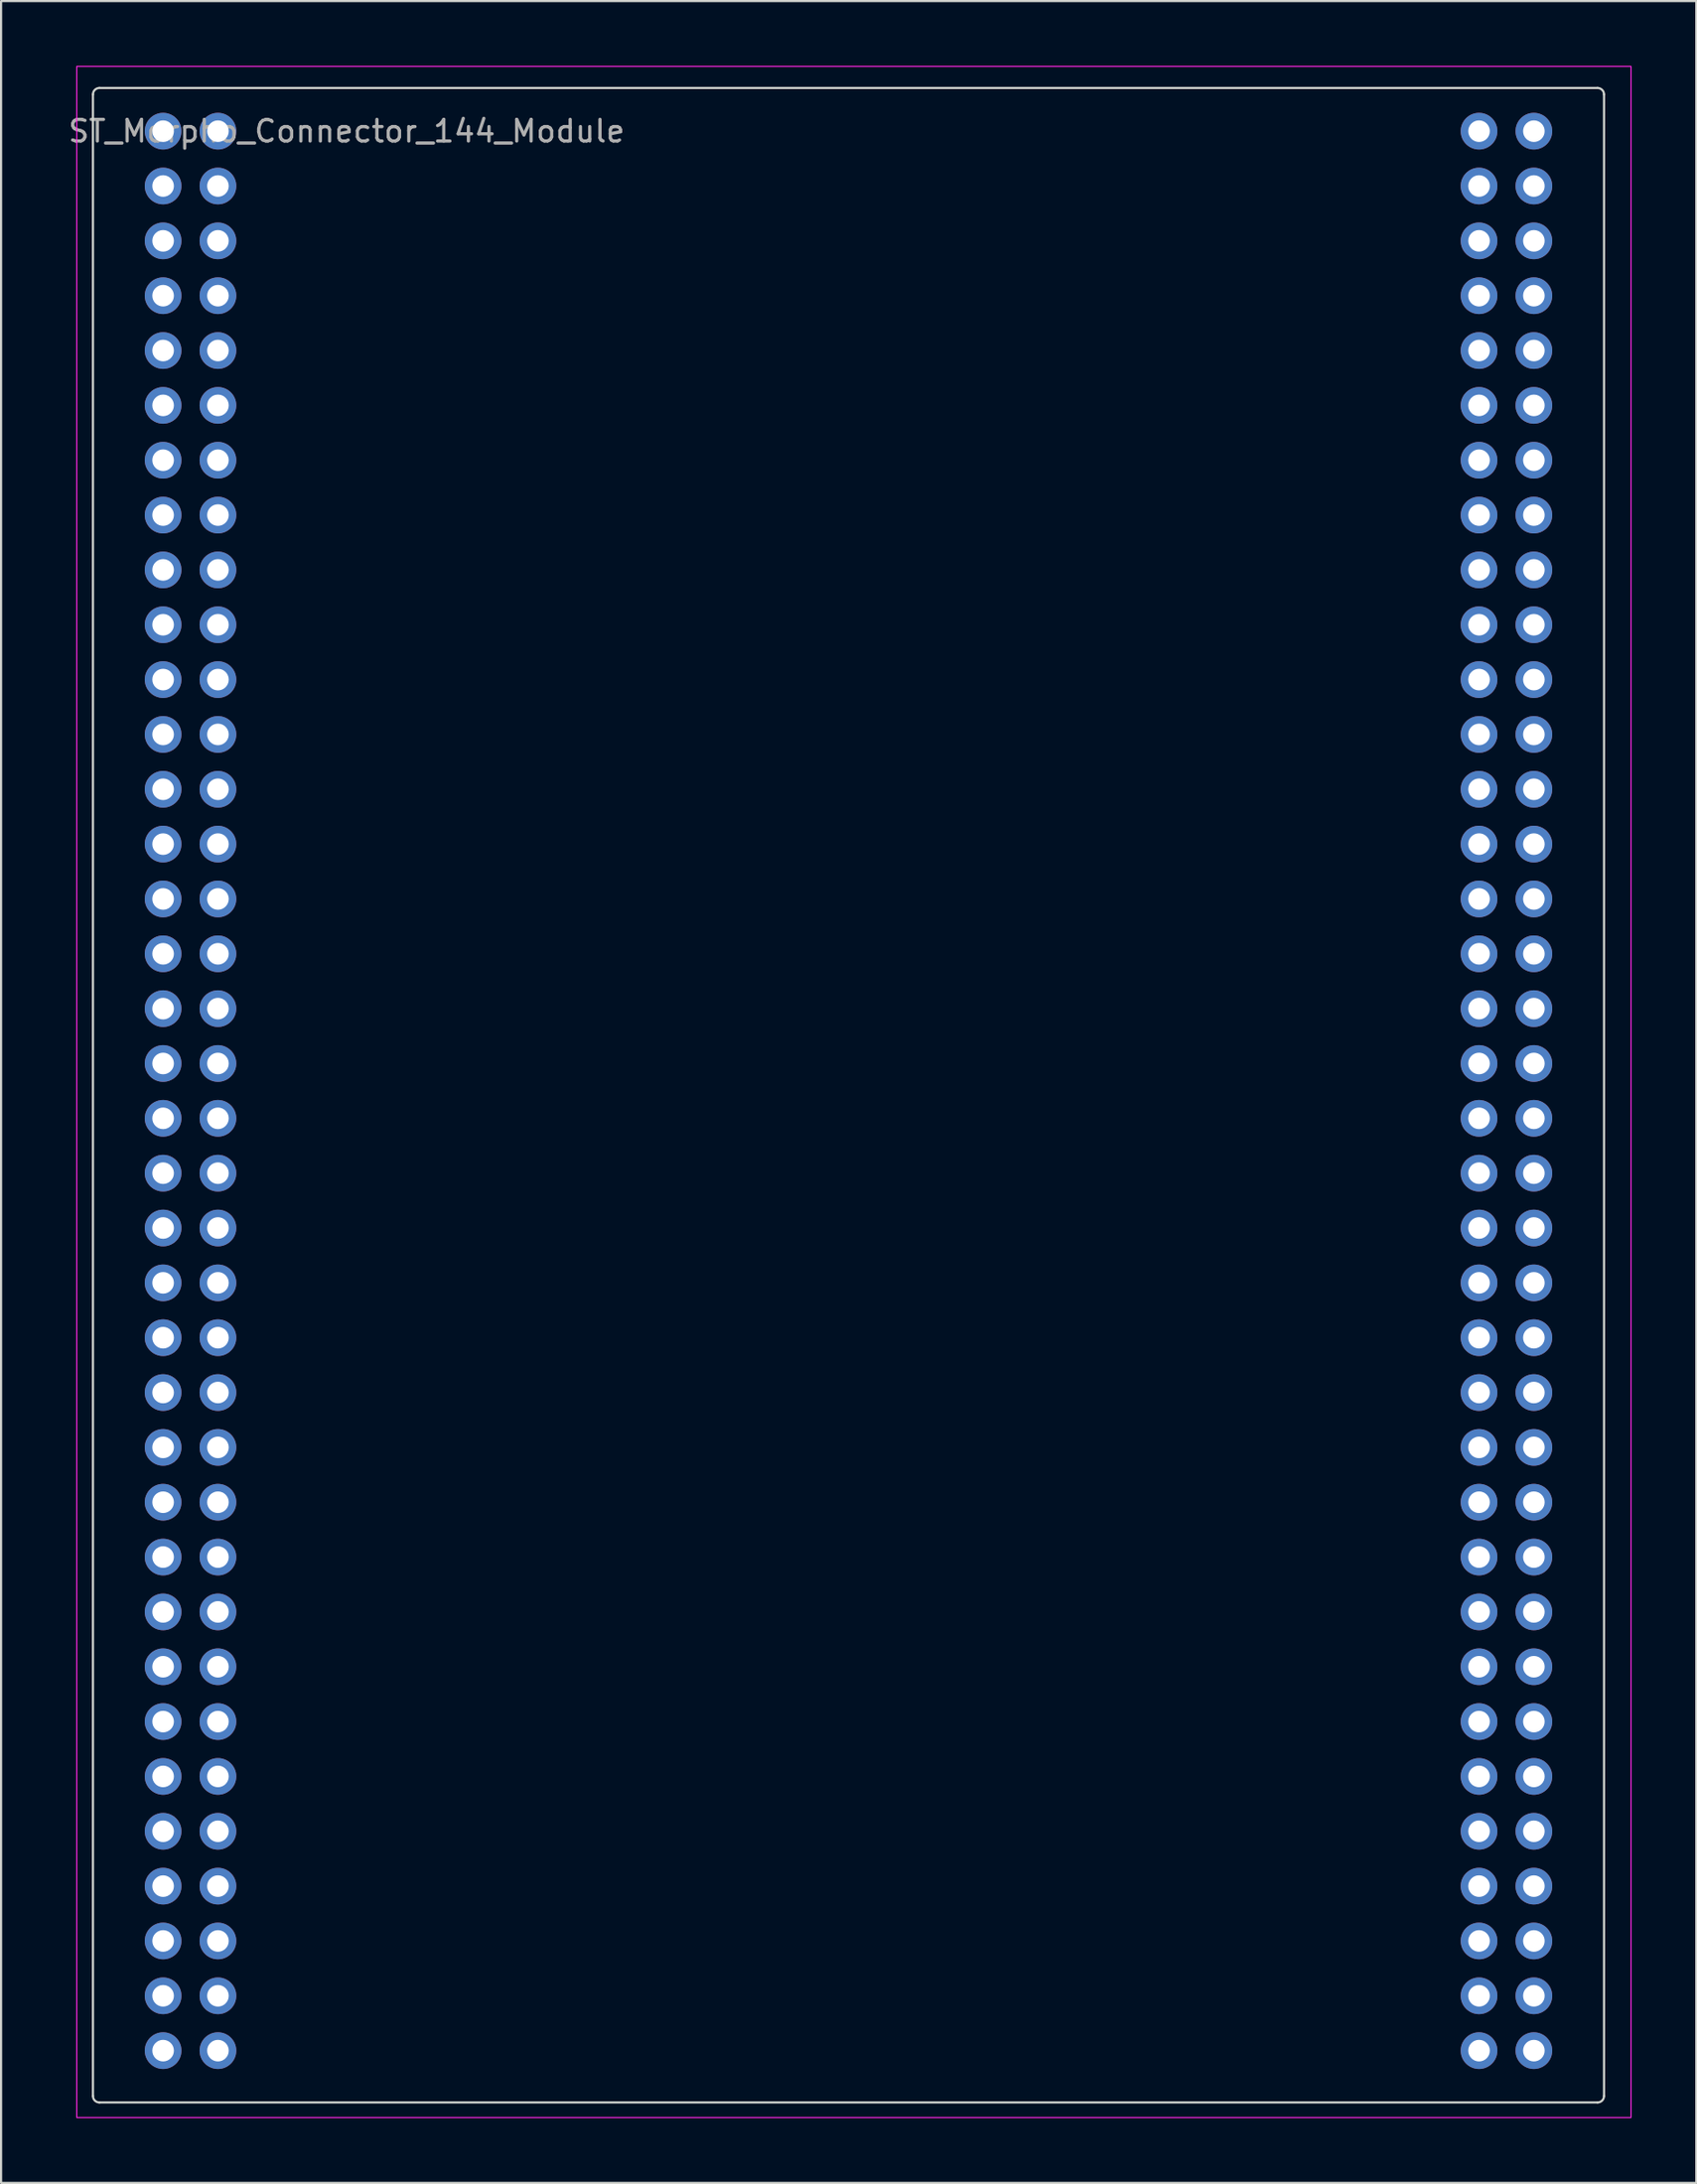
<source format=kicad_pcb>
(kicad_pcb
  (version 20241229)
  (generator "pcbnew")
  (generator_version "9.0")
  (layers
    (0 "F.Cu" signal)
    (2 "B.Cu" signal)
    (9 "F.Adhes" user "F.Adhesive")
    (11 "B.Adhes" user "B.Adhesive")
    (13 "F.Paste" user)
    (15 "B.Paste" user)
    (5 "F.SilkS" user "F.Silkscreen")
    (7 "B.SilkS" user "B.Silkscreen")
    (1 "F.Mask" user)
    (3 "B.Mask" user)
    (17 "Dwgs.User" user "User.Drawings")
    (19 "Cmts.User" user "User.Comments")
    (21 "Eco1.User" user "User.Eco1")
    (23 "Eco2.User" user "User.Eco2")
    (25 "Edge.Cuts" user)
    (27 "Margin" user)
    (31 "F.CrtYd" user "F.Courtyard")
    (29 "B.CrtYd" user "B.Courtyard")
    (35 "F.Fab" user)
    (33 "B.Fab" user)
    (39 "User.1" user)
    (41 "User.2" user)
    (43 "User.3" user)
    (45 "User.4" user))
  (footprint "ST_Morpho_Connector_144_Module"
    (layer "F.Cu")
    (at 4.506 3.025)
    (property "Reference" "ST_Morpho_Connector_144_Module" (at 8.5 0 0) (layer "F.Fab") (effects (font (size 1 1) (thickness 0.15))))
    (attr through_hole allow_missing_courtyard)
    (fp_line (start -3.25 91) (end -3.25 -1.7) (stroke (width 0.1) (type solid)) (layer "Edge.Cuts"))
    (fp_line (start 66.45 -2) (end -2.95 -2) (stroke (width 0.1) (type solid)) (layer "Edge.Cuts"))
    (fp_line (start 66.45 91.3) (end -2.95 91.3) (stroke (width 0.1) (type solid)) (layer "Edge.Cuts"))
    (fp_line (start 66.75 91) (end 66.75 -1.7) (stroke (width 0.1) (type solid)) (layer "Edge.Cuts"))
    (fp_arc (start -3.25 -1.7) (mid -3.162132 -1.912132) (end -2.95 -2) (stroke (width 0.1) (type solid)) (layer "Edge.Cuts"))
    (fp_arc (start -2.95 91.3) (mid -3.162132 91.212132) (end -3.25 91) (stroke (width 0.1) (type solid)) (layer "Edge.Cuts"))
    (fp_arc (start 66.45 -2) (mid 66.662132 -1.912132) (end 66.75 -1.7) (stroke (width 0.1) (type solid)) (layer "Edge.Cuts"))
    (fp_arc (start 66.75 91) (mid 66.662132 91.212132) (end 66.45 91.3) (stroke (width 0.1) (type solid)) (layer "Edge.Cuts"))
    (fp_rect (start -4 -3) (end 68 92) (stroke (width 0.05) (type default)) (fill no) (layer "F.CrtYd"))
    (pad "1" thru_hole circle (at 0 0) (size 1.7 1.7) (drill 1) (layers "*.Cu" "*.Mask"))
    (pad "2" thru_hole circle (at 2.54 0) (size 1.7 1.7) (drill 1) (layers "*.Cu" "*.Mask"))
    (pad "3" thru_hole circle (at 0 2.54) (size 1.7 1.7) (drill 1) (layers "*.Cu" "*.Mask"))
    (pad "4" thru_hole circle (at 2.54 2.54) (size 1.7 1.7) (drill 1) (layers "*.Cu" "*.Mask"))
    (pad "5" thru_hole circle (at 0 5.08) (size 1.7 1.7) (drill 1) (layers "*.Cu" "*.Mask"))
    (pad "6" thru_hole circle (at 2.54 5.08) (size 1.7 1.7) (drill 1) (layers "*.Cu" "*.Mask"))
    (pad "7" thru_hole circle (at 0 7.62) (size 1.7 1.7) (drill 1) (layers "*.Cu" "*.Mask"))
    (pad "8" thru_hole circle (at 2.54 7.62) (size 1.7 1.7) (drill 1) (layers "*.Cu" "*.Mask"))
    (pad "9" thru_hole circle (at 0 10.16) (size 1.7 1.7) (drill 1) (layers "*.Cu" "*.Mask"))
    (pad "10" thru_hole circle (at 2.54 10.16) (size 1.7 1.7) (drill 1) (layers "*.Cu" "*.Mask"))
    (pad "11" thru_hole circle (at 0 12.7) (size 1.7 1.7) (drill 1) (layers "*.Cu" "*.Mask"))
    (pad "12" thru_hole circle (at 2.54 12.7) (size 1.7 1.7) (drill 1) (layers "*.Cu" "*.Mask"))
    (pad "13" thru_hole circle (at 0 15.24) (size 1.7 1.7) (drill 1) (layers "*.Cu" "*.Mask"))
    (pad "14" thru_hole circle (at 2.54 15.24) (size 1.7 1.7) (drill 1) (layers "*.Cu" "*.Mask"))
    (pad "15" thru_hole circle (at 0 17.78) (size 1.7 1.7) (drill 1) (layers "*.Cu" "*.Mask"))
    (pad "16" thru_hole circle (at 2.54 17.78) (size 1.7 1.7) (drill 1) (layers "*.Cu" "*.Mask"))
    (pad "17" thru_hole circle (at 0 20.32) (size 1.7 1.7) (drill 1) (layers "*.Cu" "*.Mask"))
    (pad "18" thru_hole circle (at 2.54 20.32) (size 1.7 1.7) (drill 1) (layers "*.Cu" "*.Mask"))
    (pad "19" thru_hole circle (at 0 22.86) (size 1.7 1.7) (drill 1) (layers "*.Cu" "*.Mask"))
    (pad "20" thru_hole circle (at 2.54 22.86) (size 1.7 1.7) (drill 1) (layers "*.Cu" "*.Mask"))
    (pad "21" thru_hole circle (at 0 25.4) (size 1.7 1.7) (drill 1) (layers "*.Cu" "*.Mask"))
    (pad "22" thru_hole circle (at 2.54 25.4) (size 1.7 1.7) (drill 1) (layers "*.Cu" "*.Mask"))
    (pad "23" thru_hole circle (at 0 27.94) (size 1.7 1.7) (drill 1) (layers "*.Cu" "*.Mask"))
    (pad "24" thru_hole circle (at 2.54 27.94) (size 1.7 1.7) (drill 1) (layers "*.Cu" "*.Mask"))
    (pad "25" thru_hole circle (at 0 30.48) (size 1.7 1.7) (drill 1) (layers "*.Cu" "*.Mask"))
    (pad "26" thru_hole circle (at 2.54 30.48) (size 1.7 1.7) (drill 1) (layers "*.Cu" "*.Mask"))
    (pad "27" thru_hole circle (at 0 33.02) (size 1.7 1.7) (drill 1) (layers "*.Cu" "*.Mask"))
    (pad "28" thru_hole circle (at 2.54 33.02) (size 1.7 1.7) (drill 1) (layers "*.Cu" "*.Mask"))
    (pad "29" thru_hole circle (at 0 35.56) (size 1.7 1.7) (drill 1) (layers "*.Cu" "*.Mask"))
    (pad "30" thru_hole circle (at 2.54 35.56) (size 1.7 1.7) (drill 1) (layers "*.Cu" "*.Mask"))
    (pad "31" thru_hole circle (at 0 38.1) (size 1.7 1.7) (drill 1) (layers "*.Cu" "*.Mask"))
    (pad "32" thru_hole circle (at 2.54 38.1) (size 1.7 1.7) (drill 1) (layers "*.Cu" "*.Mask"))
    (pad "33" thru_hole circle (at 0 40.64) (size 1.7 1.7) (drill 1) (layers "*.Cu" "*.Mask"))
    (pad "34" thru_hole circle (at 2.54 40.64) (size 1.7 1.7) (drill 1) (layers "*.Cu" "*.Mask"))
    (pad "35" thru_hole circle (at 0 43.18) (size 1.7 1.7) (drill 1) (layers "*.Cu" "*.Mask"))
    (pad "36" thru_hole circle (at 2.54 43.18) (size 1.7 1.7) (drill 1) (layers "*.Cu" "*.Mask"))
    (pad "37" thru_hole circle (at 0 45.72) (size 1.7 1.7) (drill 1) (layers "*.Cu" "*.Mask"))
    (pad "38" thru_hole circle (at 2.54 45.72) (size 1.7 1.7) (drill 1) (layers "*.Cu" "*.Mask"))
    (pad "39" thru_hole circle (at 0 48.26) (size 1.7 1.7) (drill 1) (layers "*.Cu" "*.Mask"))
    (pad "40" thru_hole circle (at 2.54 48.26) (size 1.7 1.7) (drill 1) (layers "*.Cu" "*.Mask"))
    (pad "41" thru_hole circle (at 0 50.8) (size 1.7 1.7) (drill 1) (layers "*.Cu" "*.Mask"))
    (pad "42" thru_hole circle (at 2.54 50.8) (size 1.7 1.7) (drill 1) (layers "*.Cu" "*.Mask"))
    (pad "43" thru_hole circle (at 0 53.34) (size 1.7 1.7) (drill 1) (layers "*.Cu" "*.Mask"))
    (pad "44" thru_hole circle (at 2.54 53.34) (size 1.7 1.7) (drill 1) (layers "*.Cu" "*.Mask"))
    (pad "45" thru_hole circle (at 0 55.88) (size 1.7 1.7) (drill 1) (layers "*.Cu" "*.Mask"))
    (pad "46" thru_hole circle (at 2.54 55.88) (size 1.7 1.7) (drill 1) (layers "*.Cu" "*.Mask"))
    (pad "47" thru_hole circle (at 0 58.42) (size 1.7 1.7) (drill 1) (layers "*.Cu" "*.Mask"))
    (pad "48" thru_hole circle (at 2.54 58.42) (size 1.7 1.7) (drill 1) (layers "*.Cu" "*.Mask"))
    (pad "49" thru_hole circle (at 0 60.96) (size 1.7 1.7) (drill 1) (layers "*.Cu" "*.Mask"))
    (pad "50" thru_hole circle (at 2.54 60.96) (size 1.7 1.7) (drill 1) (layers "*.Cu" "*.Mask"))
    (pad "51" thru_hole circle (at 0 63.5) (size 1.7 1.7) (drill 1) (layers "*.Cu" "*.Mask"))
    (pad "52" thru_hole circle (at 2.54 63.5) (size 1.7 1.7) (drill 1) (layers "*.Cu" "*.Mask"))
    (pad "53" thru_hole circle (at 0 66.04) (size 1.7 1.7) (drill 1) (layers "*.Cu" "*.Mask"))
    (pad "54" thru_hole circle (at 2.54 66.04) (size 1.7 1.7) (drill 1) (layers "*.Cu" "*.Mask"))
    (pad "55" thru_hole circle (at 0 68.58) (size 1.7 1.7) (drill 1) (layers "*.Cu" "*.Mask"))
    (pad "56" thru_hole circle (at 2.54 68.58) (size 1.7 1.7) (drill 1) (layers "*.Cu" "*.Mask"))
    (pad "57" thru_hole circle (at 0 71.12) (size 1.7 1.7) (drill 1) (layers "*.Cu" "*.Mask"))
    (pad "58" thru_hole circle (at 2.54 71.12) (size 1.7 1.7) (drill 1) (layers "*.Cu" "*.Mask"))
    (pad "59" thru_hole circle (at 0 73.66) (size 1.7 1.7) (drill 1) (layers "*.Cu" "*.Mask"))
    (pad "60" thru_hole circle (at 2.54 73.66) (size 1.7 1.7) (drill 1) (layers "*.Cu" "*.Mask"))
    (pad "61" thru_hole circle (at 0 76.2) (size 1.7 1.7) (drill 1) (layers "*.Cu" "*.Mask"))
    (pad "62" thru_hole circle (at 2.54 76.2) (size 1.7 1.7) (drill 1) (layers "*.Cu" "*.Mask"))
    (pad "63" thru_hole circle (at 0 78.74) (size 1.7 1.7) (drill 1) (layers "*.Cu" "*.Mask"))
    (pad "64" thru_hole circle (at 2.54 78.74) (size 1.7 1.7) (drill 1) (layers "*.Cu" "*.Mask"))
    (pad "65" thru_hole circle (at 0 81.28) (size 1.7 1.7) (drill 1) (layers "*.Cu" "*.Mask"))
    (pad "66" thru_hole circle (at 2.54 81.28) (size 1.7 1.7) (drill 1) (layers "*.Cu" "*.Mask"))
    (pad "67" thru_hole circle (at 0 83.82) (size 1.7 1.7) (drill 1) (layers "*.Cu" "*.Mask"))
    (pad "68" thru_hole circle (at 2.54 83.82) (size 1.7 1.7) (drill 1) (layers "*.Cu" "*.Mask"))
    (pad "69" thru_hole circle (at 0 86.36) (size 1.7 1.7) (drill 1) (layers "*.Cu" "*.Mask"))
    (pad "70" thru_hole circle (at 2.54 86.36) (size 1.7 1.7) (drill 1) (layers "*.Cu" "*.Mask"))
    (pad "71" thru_hole circle (at 0 88.9) (size 1.7 1.7) (drill 1) (layers "*.Cu" "*.Mask"))
    (pad "72" thru_hole circle (at 2.54 88.9) (size 1.7 1.7) (drill 1) (layers "*.Cu" "*.Mask"))
    (pad "73" thru_hole circle (at 60.96 0) (size 1.7 1.7) (drill 1) (layers "*.Cu" "*.Mask"))
    (pad "74" thru_hole circle (at 63.5 0) (size 1.7 1.7) (drill 1) (layers "*.Cu" "*.Mask"))
    (pad "75" thru_hole circle (at 60.96 2.54) (size 1.7 1.7) (drill 1) (layers "*.Cu" "*.Mask"))
    (pad "76" thru_hole circle (at 63.5 2.54) (size 1.7 1.7) (drill 1) (layers "*.Cu" "*.Mask"))
    (pad "77" thru_hole circle (at 60.96 5.08) (size 1.7 1.7) (drill 1) (layers "*.Cu" "*.Mask"))
    (pad "78" thru_hole circle (at 63.5 5.08) (size 1.7 1.7) (drill 1) (layers "*.Cu" "*.Mask"))
    (pad "79" thru_hole circle (at 60.96 7.62) (size 1.7 1.7) (drill 1) (layers "*.Cu" "*.Mask"))
    (pad "80" thru_hole circle (at 63.5 7.62) (size 1.7 1.7) (drill 1) (layers "*.Cu" "*.Mask"))
    (pad "81" thru_hole circle (at 60.96 10.16) (size 1.7 1.7) (drill 1) (layers "*.Cu" "*.Mask"))
    (pad "82" thru_hole circle (at 63.5 10.16) (size 1.7 1.7) (drill 1) (layers "*.Cu" "*.Mask"))
    (pad "83" thru_hole circle (at 60.96 12.7) (size 1.7 1.7) (drill 1) (layers "*.Cu" "*.Mask"))
    (pad "84" thru_hole circle (at 63.5 12.7) (size 1.7 1.7) (drill 1) (layers "*.Cu" "*.Mask"))
    (pad "85" thru_hole circle (at 60.96 15.24) (size 1.7 1.7) (drill 1) (layers "*.Cu" "*.Mask"))
    (pad "86" thru_hole circle (at 63.5 15.24) (size 1.7 1.7) (drill 1) (layers "*.Cu" "*.Mask"))
    (pad "87" thru_hole circle (at 60.96 17.78) (size 1.7 1.7) (drill 1) (layers "*.Cu" "*.Mask"))
    (pad "88" thru_hole circle (at 63.5 17.78) (size 1.7 1.7) (drill 1) (layers "*.Cu" "*.Mask"))
    (pad "89" thru_hole circle (at 60.96 20.32) (size 1.7 1.7) (drill 1) (layers "*.Cu" "*.Mask"))
    (pad "90" thru_hole circle (at 63.5 20.32) (size 1.7 1.7) (drill 1) (layers "*.Cu" "*.Mask"))
    (pad "91" thru_hole circle (at 60.96 22.86) (size 1.7 1.7) (drill 1) (layers "*.Cu" "*.Mask"))
    (pad "92" thru_hole circle (at 63.5 22.86) (size 1.7 1.7) (drill 1) (layers "*.Cu" "*.Mask"))
    (pad "93" thru_hole circle (at 60.96 25.4) (size 1.7 1.7) (drill 1) (layers "*.Cu" "*.Mask"))
    (pad "94" thru_hole circle (at 63.5 25.4) (size 1.7 1.7) (drill 1) (layers "*.Cu" "*.Mask"))
    (pad "95" thru_hole circle (at 60.96 27.94) (size 1.7 1.7) (drill 1) (layers "*.Cu" "*.Mask"))
    (pad "96" thru_hole circle (at 63.5 27.94) (size 1.7 1.7) (drill 1) (layers "*.Cu" "*.Mask"))
    (pad "97" thru_hole circle (at 60.96 30.48) (size 1.7 1.7) (drill 1) (layers "*.Cu" "*.Mask"))
    (pad "98" thru_hole circle (at 63.5 30.48) (size 1.7 1.7) (drill 1) (layers "*.Cu" "*.Mask"))
    (pad "99" thru_hole circle (at 60.96 33.02) (size 1.7 1.7) (drill 1) (layers "*.Cu" "*.Mask"))
    (pad "100" thru_hole circle (at 63.5 33.02) (size 1.7 1.7) (drill 1) (layers "*.Cu" "*.Mask"))
    (pad "101" thru_hole circle (at 60.96 35.56) (size 1.7 1.7) (drill 1) (layers "*.Cu" "*.Mask"))
    (pad "102" thru_hole circle (at 63.5 35.56) (size 1.7 1.7) (drill 1) (layers "*.Cu" "*.Mask"))
    (pad "103" thru_hole circle (at 60.96 38.1) (size 1.7 1.7) (drill 1) (layers "*.Cu" "*.Mask"))
    (pad "104" thru_hole circle (at 63.5 38.1) (size 1.7 1.7) (drill 1) (layers "*.Cu" "*.Mask"))
    (pad "105" thru_hole circle (at 60.96 40.64) (size 1.7 1.7) (drill 1) (layers "*.Cu" "*.Mask"))
    (pad "106" thru_hole circle (at 63.5 40.64) (size 1.7 1.7) (drill 1) (layers "*.Cu" "*.Mask"))
    (pad "107" thru_hole circle (at 60.96 43.18) (size 1.7 1.7) (drill 1) (layers "*.Cu" "*.Mask"))
    (pad "108" thru_hole circle (at 63.5 43.18) (size 1.7 1.7) (drill 1) (layers "*.Cu" "*.Mask"))
    (pad "109" thru_hole circle (at 60.96 45.72) (size 1.7 1.7) (drill 1) (layers "*.Cu" "*.Mask"))
    (pad "110" thru_hole circle (at 63.5 45.72) (size 1.7 1.7) (drill 1) (layers "*.Cu" "*.Mask"))
    (pad "111" thru_hole circle (at 60.96 48.26) (size 1.7 1.7) (drill 1) (layers "*.Cu" "*.Mask"))
    (pad "112" thru_hole circle (at 63.5 48.26) (size 1.7 1.7) (drill 1) (layers "*.Cu" "*.Mask"))
    (pad "113" thru_hole circle (at 60.96 50.8) (size 1.7 1.7) (drill 1) (layers "*.Cu" "*.Mask"))
    (pad "114" thru_hole circle (at 63.5 50.8) (size 1.7 1.7) (drill 1) (layers "*.Cu" "*.Mask"))
    (pad "115" thru_hole circle (at 60.96 53.34) (size 1.7 1.7) (drill 1) (layers "*.Cu" "*.Mask"))
    (pad "116" thru_hole circle (at 63.5 53.34) (size 1.7 1.7) (drill 1) (layers "*.Cu" "*.Mask"))
    (pad "117" thru_hole circle (at 60.96 55.88) (size 1.7 1.7) (drill 1) (layers "*.Cu" "*.Mask"))
    (pad "118" thru_hole circle (at 63.5 55.88) (size 1.7 1.7) (drill 1) (layers "*.Cu" "*.Mask"))
    (pad "119" thru_hole circle (at 60.96 58.42) (size 1.7 1.7) (drill 1) (layers "*.Cu" "*.Mask"))
    (pad "120" thru_hole circle (at 63.5 58.42) (size 1.7 1.7) (drill 1) (layers "*.Cu" "*.Mask"))
    (pad "121" thru_hole circle (at 60.96 60.96) (size 1.7 1.7) (drill 1) (layers "*.Cu" "*.Mask"))
    (pad "122" thru_hole circle (at 63.5 60.96) (size 1.7 1.7) (drill 1) (layers "*.Cu" "*.Mask"))
    (pad "123" thru_hole circle (at 60.96 63.5) (size 1.7 1.7) (drill 1) (layers "*.Cu" "*.Mask"))
    (pad "124" thru_hole circle (at 63.5 63.5) (size 1.7 1.7) (drill 1) (layers "*.Cu" "*.Mask"))
    (pad "125" thru_hole circle (at 60.96 66.04) (size 1.7 1.7) (drill 1) (layers "*.Cu" "*.Mask"))
    (pad "126" thru_hole circle (at 63.5 66.04) (size 1.7 1.7) (drill 1) (layers "*.Cu" "*.Mask"))
    (pad "127" thru_hole circle (at 60.96 68.58) (size 1.7 1.7) (drill 1) (layers "*.Cu" "*.Mask"))
    (pad "128" thru_hole circle (at 63.5 68.58) (size 1.7 1.7) (drill 1) (layers "*.Cu" "*.Mask"))
    (pad "129" thru_hole circle (at 60.96 71.12) (size 1.7 1.7) (drill 1) (layers "*.Cu" "*.Mask"))
    (pad "130" thru_hole circle (at 63.5 71.12) (size 1.7 1.7) (drill 1) (layers "*.Cu" "*.Mask"))
    (pad "131" thru_hole circle (at 60.96 73.66) (size 1.7 1.7) (drill 1) (layers "*.Cu" "*.Mask"))
    (pad "132" thru_hole circle (at 63.5 73.66) (size 1.7 1.7) (drill 1) (layers "*.Cu" "*.Mask"))
    (pad "133" thru_hole circle (at 60.96 76.2) (size 1.7 1.7) (drill 1) (layers "*.Cu" "*.Mask"))
    (pad "134" thru_hole circle (at 63.5 76.2) (size 1.7 1.7) (drill 1) (layers "*.Cu" "*.Mask"))
    (pad "135" thru_hole circle (at 60.96 78.74) (size 1.7 1.7) (drill 1) (layers "*.Cu" "*.Mask"))
    (pad "136" thru_hole circle (at 63.5 78.74) (size 1.7 1.7) (drill 1) (layers "*.Cu" "*.Mask"))
    (pad "137" thru_hole circle (at 60.96 81.28) (size 1.7 1.7) (drill 1) (layers "*.Cu" "*.Mask"))
    (pad "138" thru_hole circle (at 63.5 81.28) (size 1.7 1.7) (drill 1) (layers "*.Cu" "*.Mask"))
    (pad "139" thru_hole circle (at 60.96 83.82) (size 1.7 1.7) (drill 1) (layers "*.Cu" "*.Mask"))
    (pad "140" thru_hole circle (at 63.5 83.82) (size 1.7 1.7) (drill 1) (layers "*.Cu" "*.Mask"))
    (pad "141" thru_hole circle (at 60.96 86.36) (size 1.7 1.7) (drill 1) (layers "*.Cu" "*.Mask"))
    (pad "142" thru_hole circle (at 63.5 86.36) (size 1.7 1.7) (drill 1) (layers "*.Cu" "*.Mask"))
    (pad "143" thru_hole circle (at 60.96 88.9) (size 1.7 1.7) (drill 1) (layers "*.Cu" "*.Mask"))
    (pad "144" thru_hole circle (at 63.5 88.9) (size 1.7 1.7) (drill 1) (layers "*.Cu" "*.Mask")))
  (gr_rect
    (start -3 -3)
    (end 75.531 98.05)
    (stroke (width 0.1) (type default))
    (fill no)
    (layer "Edge.Cuts")))
</source>
